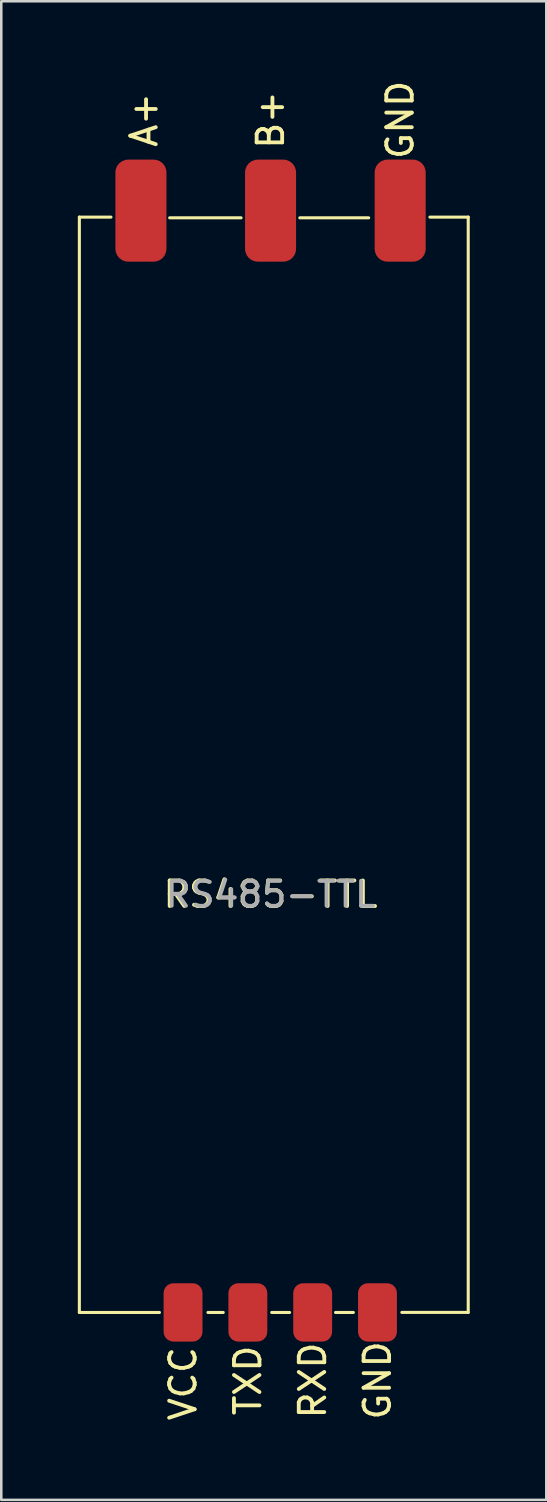
<source format=kicad_pcb>
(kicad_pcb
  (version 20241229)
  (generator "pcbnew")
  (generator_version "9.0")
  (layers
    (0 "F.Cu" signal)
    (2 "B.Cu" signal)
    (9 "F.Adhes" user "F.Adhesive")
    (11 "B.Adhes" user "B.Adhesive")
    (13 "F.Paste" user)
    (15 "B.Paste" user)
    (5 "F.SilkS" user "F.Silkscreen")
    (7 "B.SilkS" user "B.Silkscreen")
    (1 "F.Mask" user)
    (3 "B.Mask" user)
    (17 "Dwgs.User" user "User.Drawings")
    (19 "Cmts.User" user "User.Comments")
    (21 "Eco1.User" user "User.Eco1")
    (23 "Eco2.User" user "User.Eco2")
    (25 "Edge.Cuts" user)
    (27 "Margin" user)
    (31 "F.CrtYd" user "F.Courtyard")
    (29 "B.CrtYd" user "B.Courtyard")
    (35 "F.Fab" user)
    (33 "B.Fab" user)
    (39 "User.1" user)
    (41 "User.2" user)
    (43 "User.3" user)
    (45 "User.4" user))
  (footprint "RS485-TTL"
    (layer "F.Cu")
    (at 7.299 26.287)
    (property "Reference" "RS485-TTL" (at 0.254 5.715 0) (layer "F.SilkS") (effects (font (size 1 1) (thickness 0.15))))
    (attr smd)
    (fp_line (start -7.239 -20.828) (end -6 -20.828) (stroke (width 0.12) (type solid)) (layer "F.SilkS"))
    (fp_line (start -7.239 22.098) (end -7.239 -20.828) (stroke (width 0.12) (type solid)) (layer "F.SilkS"))
    (fp_line (start -4.1 22.1) (end -7.239 22.1) (stroke (width 0.12) (type solid)) (layer "F.SilkS"))
    (fp_line (start -3.7 -20.8) (end -0.9 -20.8) (stroke (width 0.12) (type solid)) (layer "F.SilkS"))
    (fp_line (start -1.6 22.1) (end -2.2 22.1) (stroke (width 0.12) (type solid)) (layer "F.SilkS"))
    (fp_line (start 1 22.1) (end 0.3 22.1) (stroke (width 0.12) (type solid)) (layer "F.SilkS"))
    (fp_line (start 1.4 -20.8) (end 4.1 -20.8) (stroke (width 0.12) (type solid)) (layer "F.SilkS"))
    (fp_line (start 3.5 22.1) (end 2.8 22.1) (stroke (width 0.12) (type solid)) (layer "F.SilkS"))
    (fp_line (start 8.001 -20.828) (end 6.5 -20.828) (stroke (width 0.12) (type solid)) (layer "F.SilkS"))
    (fp_line (start 8.001 -20.828) (end 8.001 22.098) (stroke (width 0.12) (type solid)) (layer "F.SilkS"))
    (fp_line (start 8.001 22.098) (end 5.4 22.098) (stroke (width 0.12) (type solid)) (layer "F.SilkS"))
    (fp_text user "A+" (at -4.699 -24.638 90) (unlocked yes) (layer "F.SilkS") (effects (font (size 1 1) (thickness 0.15))))
    (fp_text user "B+" (at 0.254 -24.638 90) (unlocked yes) (layer "F.SilkS") (effects (font (size 1 1) (thickness 0.15))))
    (fp_text user "VCC" (at -3.175 24.892 90) (unlocked yes) (layer "F.SilkS") (effects (font (size 1 1) (thickness 0.15))))
    (fp_text user "TXD" (at -0.635 24.765 90) (unlocked yes) (layer "F.SilkS") (effects (font (size 1 1) (thickness 0.15))))
    (fp_text user "GND" (at 4.445 24.765 90) (unlocked yes) (layer "F.SilkS") (effects (font (size 1 1) (thickness 0.15))))
    (fp_text user "RXD" (at 1.905 24.765 90) (unlocked yes) (layer "F.SilkS") (effects (font (size 1 1) (thickness 0.15))))
    (fp_text user "GND" (at 5.334 -24.638 90) (unlocked yes) (layer "F.SilkS") (effects (font (size 1 1) (thickness 0.15))))
    (fp_text user "${REFERENCE}" (at 0.254 5.715 0) (layer "F.Fab") (effects (font (size 0.98 0.98) (thickness 0.15))))
    (pad "1" smd roundrect (at -3.175 22.098 270) (size 2.286 1.524) (layers "F.Cu" "F.Mask" "F.Paste") (roundrect_rratio 0.25))
    (pad "2" smd roundrect (at -0.635 22.098 270) (size 2.286 1.524) (layers "F.Cu" "F.Mask" "F.Paste") (roundrect_rratio 0.25))
    (pad "3" smd roundrect (at 1.905 22.098 270) (size 2.286 1.524) (layers "F.Cu" "F.Mask" "F.Paste") (roundrect_rratio 0.25))
    (pad "4" smd roundrect (at 4.445 22.098 270) (size 2.286 1.524) (layers "F.Cu" "F.Mask" "F.Paste") (roundrect_rratio 0.25))
    (pad "5" smd roundrect (at 5.334 -21.082 270) (size 4 2) (layers "F.Cu" "F.Mask" "F.Paste") (roundrect_rratio 0.25))
    (pad "6" smd roundrect (at 0.254 -21.082 270) (size 4 2) (layers "F.Cu" "F.Mask" "F.Paste") (roundrect_rratio 0.25))
    (pad "7" smd roundrect (at -4.826 -21.082 270) (size 4 2) (layers "F.Cu" "F.Mask" "F.Paste") (roundrect_rratio 0.25)))
  (gr_rect
    (start -3 -3)
    (end 18.36 55.732)
    (stroke (width 0.1) (type default))
    (fill no)
    (layer "Edge.Cuts")))
</source>
